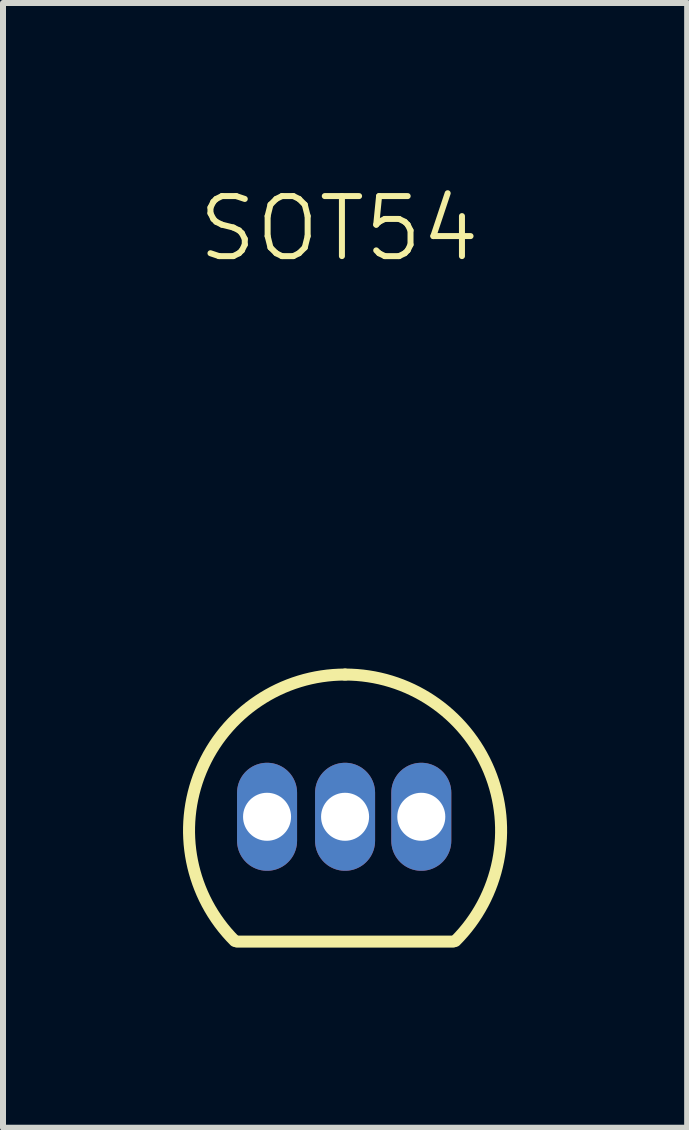
<source format=kicad_pcb>
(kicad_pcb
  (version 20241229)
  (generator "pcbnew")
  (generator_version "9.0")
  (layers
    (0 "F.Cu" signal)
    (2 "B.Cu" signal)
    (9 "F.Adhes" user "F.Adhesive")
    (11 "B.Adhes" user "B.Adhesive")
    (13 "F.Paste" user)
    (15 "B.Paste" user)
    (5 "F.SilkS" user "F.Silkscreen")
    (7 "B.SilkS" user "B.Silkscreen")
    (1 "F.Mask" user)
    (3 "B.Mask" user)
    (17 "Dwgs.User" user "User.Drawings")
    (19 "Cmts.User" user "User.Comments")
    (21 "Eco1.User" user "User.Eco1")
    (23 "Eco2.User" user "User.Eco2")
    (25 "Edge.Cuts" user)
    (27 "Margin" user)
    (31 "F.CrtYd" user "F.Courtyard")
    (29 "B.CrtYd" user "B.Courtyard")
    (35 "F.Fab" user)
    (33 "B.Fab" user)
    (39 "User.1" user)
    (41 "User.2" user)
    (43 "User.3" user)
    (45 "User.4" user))
  (footprint "SOT54"
    (layer "F.Cu")
    (at 2.7 10.56)
    (property "Reference" "SOT54" (at -0.1 -9.8 0) (unlocked yes) (layer "F.SilkS") (effects (font (size 1 1) (thickness 0.1))))
    (attr through_hole)
    (fp_line (start -1.8 2.08) (end 1.8 2.08) (stroke (width 0.2) (type solid)) (layer "F.SilkS"))
    (fp_arc (start -1.838478 2.068478) (mid -2.402087 -0.764977) (end 0 -2.37) (stroke (width 0.2) (type solid)) (layer "F.SilkS"))
    (fp_arc (start 0 -2.37) (mid 2.402087 -0.764977) (end 1.838478 2.068478) (stroke (width 0.2) (type solid)) (layer "F.SilkS"))
    (pad "1" thru_hole oval (at -1.3 0) (size 1 1.8) (drill 0.8) (layers "*.Cu" "*.Mask"))
    (pad "2" thru_hole oval (at 0 0) (size 1 1.8) (drill 0.8) (layers "*.Cu" "*.Mask"))
    (pad "3" thru_hole oval (at 1.27 0) (size 1 1.8) (drill 0.8) (layers "*.Cu" "*.Mask")))
  (gr_rect
    (start -3 -3)
    (end 8.4 15.741)
    (stroke (width 0.1) (type default))
    (fill no)
    (layer "Edge.Cuts")))
</source>
